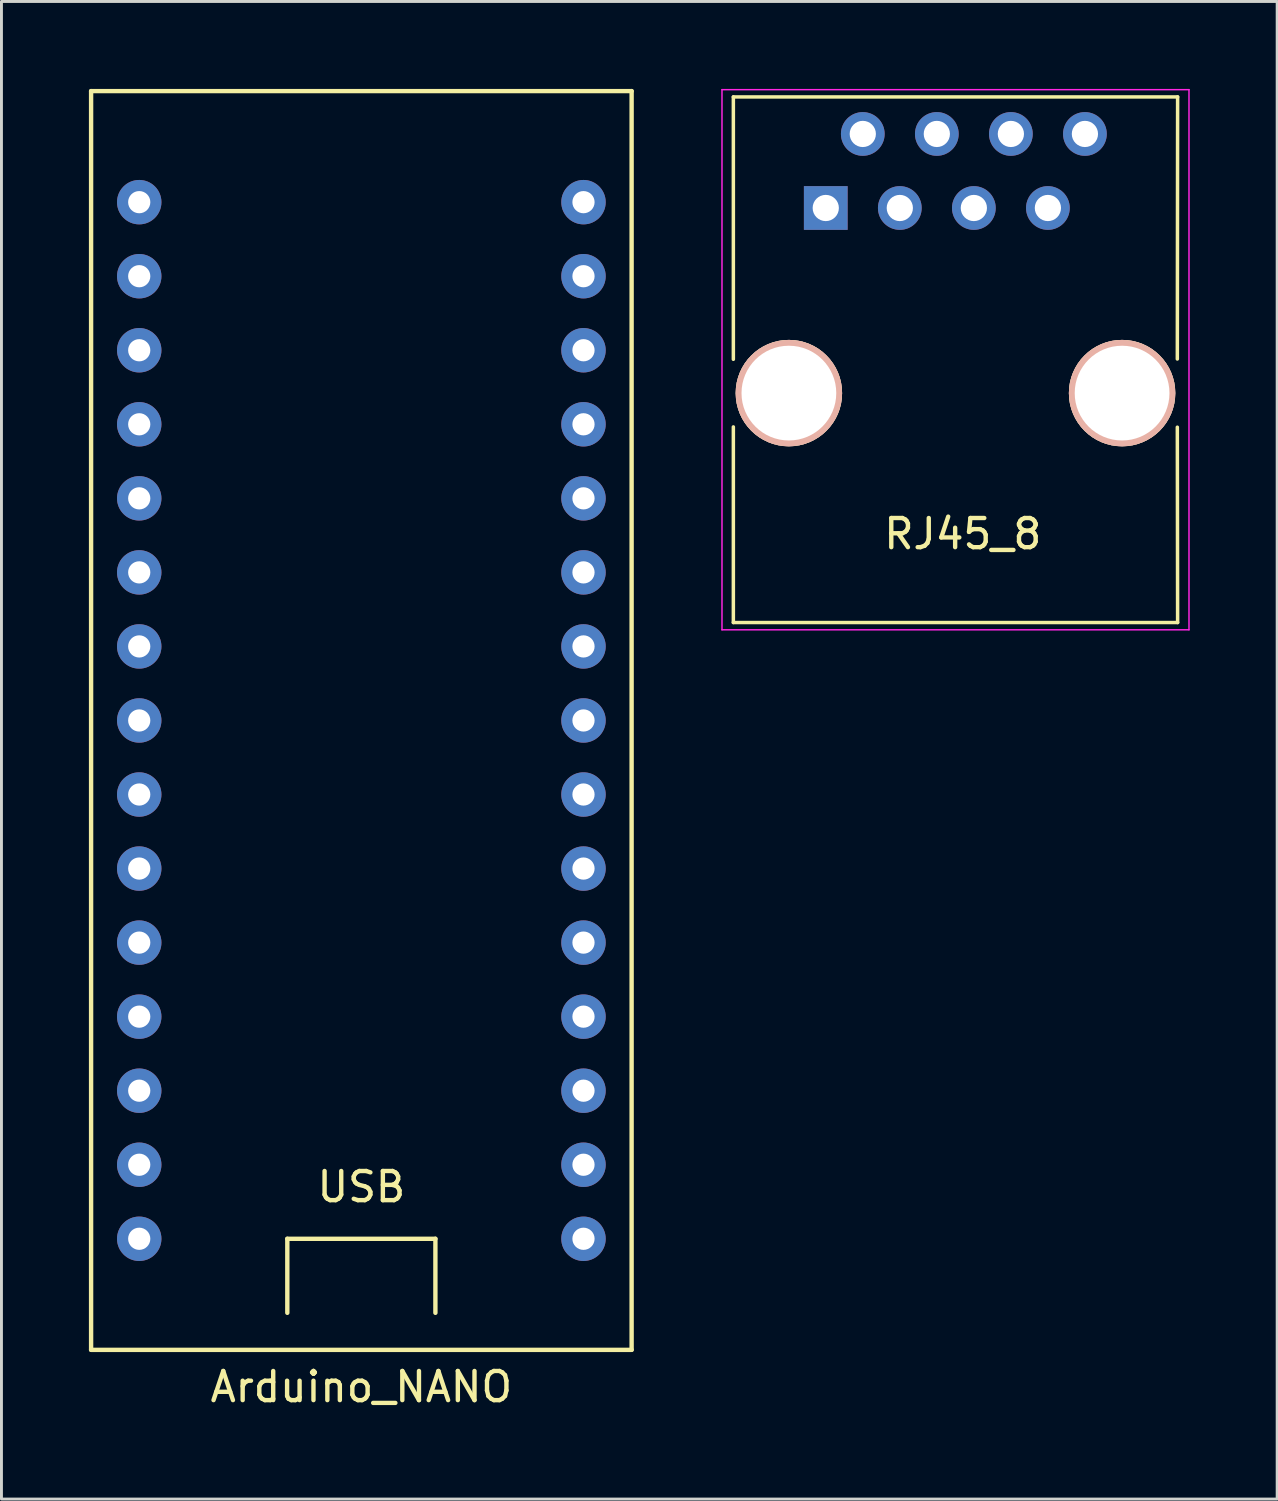
<source format=kicad_pcb>
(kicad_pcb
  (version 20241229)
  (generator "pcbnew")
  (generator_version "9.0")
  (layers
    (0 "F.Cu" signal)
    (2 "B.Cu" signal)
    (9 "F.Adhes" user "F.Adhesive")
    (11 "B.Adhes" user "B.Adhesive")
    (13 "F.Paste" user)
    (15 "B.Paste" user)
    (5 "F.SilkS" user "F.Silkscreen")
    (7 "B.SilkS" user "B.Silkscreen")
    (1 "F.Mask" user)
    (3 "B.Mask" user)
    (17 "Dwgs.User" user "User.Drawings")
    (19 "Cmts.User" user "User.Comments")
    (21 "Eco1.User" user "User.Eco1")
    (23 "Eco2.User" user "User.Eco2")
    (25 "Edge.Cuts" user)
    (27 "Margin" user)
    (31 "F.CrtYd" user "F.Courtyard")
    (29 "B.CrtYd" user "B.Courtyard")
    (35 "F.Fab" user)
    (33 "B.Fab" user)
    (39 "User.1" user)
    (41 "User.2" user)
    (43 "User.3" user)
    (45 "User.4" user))
  (footprint "Arduino_NANO"
    (layer "F.Cu")
    (at 9.346 21.665)
    (property "Reference" "Arduino_NANO" (at 0 22.86 0) (layer "F.SilkS") (effects (font (size 1 1) (thickness 0.15))))
    (attr through_hole)
    (fp_line (start -9.271 -21.59) (end 9.271 -21.59) (stroke (width 0.15) (type solid)) (layer "F.SilkS"))
    (fp_line (start -9.271 21.59) (end -9.271 -21.59) (stroke (width 0.15) (type solid)) (layer "F.SilkS"))
    (fp_line (start -9.271 21.59) (end 9.271 21.59) (stroke (width 0.15) (type solid)) (layer "F.SilkS"))
    (fp_line (start -2.54 17.78) (end 2.54 17.78) (stroke (width 0.15) (type solid)) (layer "F.SilkS"))
    (fp_line (start -2.54 20.32) (end -2.54 17.78) (stroke (width 0.15) (type solid)) (layer "F.SilkS"))
    (fp_line (start 2.54 17.78) (end 2.54 20.32) (stroke (width 0.15) (type solid)) (layer "F.SilkS"))
    (fp_line (start 9.271 21.59) (end 9.271 -21.59) (stroke (width 0.15) (type solid)) (layer "F.SilkS"))
    (fp_text user "USB" (at 0 16 0) (layer "F.SilkS") (effects (font (size 1 1) (thickness 0.15))))
    (pad "1" thru_hole circle (at -7.62 -17.78) (size 1.524 1.524) (drill 0.762) (layers "*.Cu" "*.Mask"))
    (pad "2" thru_hole circle (at -7.62 -15.24) (size 1.524 1.524) (drill 0.762) (layers "*.Cu" "*.Mask"))
    (pad "3" thru_hole circle (at -7.62 -12.7) (size 1.524 1.524) (drill 0.762) (layers "*.Cu" "*.Mask"))
    (pad "4" thru_hole circle (at -7.62 -10.16) (size 1.524 1.524) (drill 0.762) (layers "*.Cu" "*.Mask"))
    (pad "5" thru_hole circle (at -7.62 -7.62) (size 1.524 1.524) (drill 0.762) (layers "*.Cu" "*.Mask"))
    (pad "6" thru_hole circle (at -7.62 -5.08) (size 1.524 1.524) (drill 0.762) (layers "*.Cu" "*.Mask"))
    (pad "7" thru_hole circle (at -7.62 -2.54) (size 1.524 1.524) (drill 0.762) (layers "*.Cu" "*.Mask"))
    (pad "8" thru_hole circle (at -7.62 0) (size 1.524 1.524) (drill 0.762) (layers "*.Cu" "*.Mask"))
    (pad "9" thru_hole circle (at -7.62 2.54) (size 1.524 1.524) (drill 0.762) (layers "*.Cu" "*.Mask"))
    (pad "10" thru_hole circle (at -7.62 5.08) (size 1.524 1.524) (drill 0.762) (layers "*.Cu" "*.Mask"))
    (pad "11" thru_hole circle (at -7.62 7.62) (size 1.524 1.524) (drill 0.762) (layers "*.Cu" "*.Mask"))
    (pad "12" thru_hole circle (at -7.62 10.16) (size 1.524 1.524) (drill 0.762) (layers "*.Cu" "*.Mask"))
    (pad "13" thru_hole circle (at -7.62 12.7) (size 1.524 1.524) (drill 0.762) (layers "*.Cu" "*.Mask"))
    (pad "14" thru_hole circle (at -7.62 15.24) (size 1.524 1.524) (drill 0.762) (layers "*.Cu" "*.Mask"))
    (pad "15" thru_hole circle (at -7.62 17.78) (size 1.524 1.524) (drill 0.762) (layers "*.Cu" "*.Mask"))
    (pad "16" thru_hole circle (at 7.62 17.78) (size 1.524 1.524) (drill 0.762) (layers "*.Cu" "*.Mask"))
    (pad "17" thru_hole circle (at 7.62 15.24) (size 1.524 1.524) (drill 0.762) (layers "*.Cu" "*.Mask"))
    (pad "18" thru_hole circle (at 7.62 12.7) (size 1.524 1.524) (drill 0.762) (layers "*.Cu" "*.Mask"))
    (pad "19" thru_hole circle (at 7.62 10.16) (size 1.524 1.524) (drill 0.762) (layers "*.Cu" "*.Mask"))
    (pad "20" thru_hole circle (at 7.62 7.62) (size 1.524 1.524) (drill 0.762) (layers "*.Cu" "*.Mask"))
    (pad "21" thru_hole circle (at 7.62 5.08) (size 1.524 1.524) (drill 0.762) (layers "*.Cu" "*.Mask"))
    (pad "22" thru_hole circle (at 7.62 2.54) (size 1.524 1.524) (drill 0.762) (layers "*.Cu" "*.Mask"))
    (pad "23" thru_hole circle (at 7.62 0) (size 1.524 1.524) (drill 0.762) (layers "*.Cu" "*.Mask"))
    (pad "24" thru_hole circle (at 7.62 -2.54) (size 1.524 1.524) (drill 0.762) (layers "*.Cu" "*.Mask"))
    (pad "25" thru_hole circle (at 7.62 -5.08) (size 1.524 1.524) (drill 0.762) (layers "*.Cu" "*.Mask"))
    (pad "26" thru_hole circle (at 7.62 -7.62) (size 1.524 1.524) (drill 0.762) (layers "*.Cu" "*.Mask"))
    (pad "27" thru_hole circle (at 7.62 -10.16) (size 1.524 1.524) (drill 0.762) (layers "*.Cu" "*.Mask"))
    (pad "28" thru_hole circle (at 7.62 -12.7) (size 1.524 1.524) (drill 0.762) (layers "*.Cu" "*.Mask"))
    (pad "29" thru_hole circle (at 7.62 -15.24) (size 1.524 1.524) (drill 0.762) (layers "*.Cu" "*.Mask"))
    (pad "30" thru_hole circle (at 7.62 -17.78) (size 1.524 1.524) (drill 0.762) (layers "*.Cu" "*.Mask")))
  (footprint "RJ45_8"
    (layer "F.Cu")
    (at 29.727 9.29)
    (property "Reference" "RJ45_8" (at 0.25 5.975 0) (layer "F.SilkS") (effects (font (size 1 1) (thickness 0.15))))
    (attr through_hole)
    (fp_line (start -7.62 -9.015) (end -7.62 -0.015) (stroke (width 0.12) (type solid)) (layer "F.SilkS"))
    (fp_line (start -7.62 2.305) (end -7.62 9.015) (stroke (width 0.12) (type solid)) (layer "F.SilkS"))
    (fp_line (start -7.62 9.015) (end 7.62 9.015) (stroke (width 0.12) (type solid)) (layer "F.SilkS"))
    (fp_line (start 7.61 2.315) (end 7.62 9.015) (stroke (width 0.12) (type solid)) (layer "F.SilkS"))
    (fp_line (start 7.62 -9.015) (end -7.62 -9.015) (stroke (width 0.12) (type solid)) (layer "F.SilkS"))
    (fp_line (start 7.62 -9.015) (end 7.61 -0.025) (stroke (width 0.12) (type solid)) (layer "F.SilkS"))
    (fp_line (start -8.01 -9.265) (end -8.01 9.265) (stroke (width 0.05) (type solid)) (layer "F.CrtYd"))
    (fp_line (start -8.01 -9.265) (end 8.01 -9.265) (stroke (width 0.05) (type solid)) (layer "F.CrtYd"))
    (fp_line (start 8.01 9.265) (end -8.01 9.265) (stroke (width 0.05) (type solid)) (layer "F.CrtYd"))
    (fp_line (start 8.01 9.265) (end 8.01 -9.265) (stroke (width 0.05) (type solid)) (layer "F.CrtYd"))
    (pad "" np_thru_hole circle (at -5.715 1.145) (size 3.65 3.65) (drill 3.25) (layers "*.Cu" "*.SilkS" "*.Mask"))
    (pad "" np_thru_hole circle (at 5.715 1.145) (size 3.65 3.65) (drill 3.25) (layers "*.Cu" "*.SilkS" "*.Mask"))
    (pad "1" thru_hole rect (at -4.45 -5.205) (size 1.5 1.5) (drill 0.9) (layers "*.Cu" "*.Mask"))
    (pad "2" thru_hole circle (at -3.18 -7.745) (size 1.5 1.5) (drill 0.9) (layers "*.Cu" "*.Mask"))
    (pad "3" thru_hole circle (at -1.91 -5.205) (size 1.5 1.5) (drill 0.9) (layers "*.Cu" "*.Mask"))
    (pad "4" thru_hole circle (at -0.64 -7.745) (size 1.5 1.5) (drill 0.9) (layers "*.Cu" "*.Mask"))
    (pad "5" thru_hole circle (at 0.63 -5.205) (size 1.5 1.5) (drill 0.9) (layers "*.Cu" "*.Mask"))
    (pad "6" thru_hole circle (at 1.9 -7.745) (size 1.5 1.5) (drill 0.9) (layers "*.Cu" "*.Mask"))
    (pad "7" thru_hole circle (at 3.17 -5.205) (size 1.5 1.5) (drill 0.9) (layers "*.Cu" "*.Mask"))
    (pad "8" thru_hole circle (at 4.44 -7.745) (size 1.5 1.5) (drill 0.9) (layers "*.Cu" "*.Mask")))
  (gr_rect
    (start -3 -3)
    (end 40.762 48.373)
    (stroke (width 0.1) (type default))
    (fill no)
    (layer "Edge.Cuts")))
</source>
